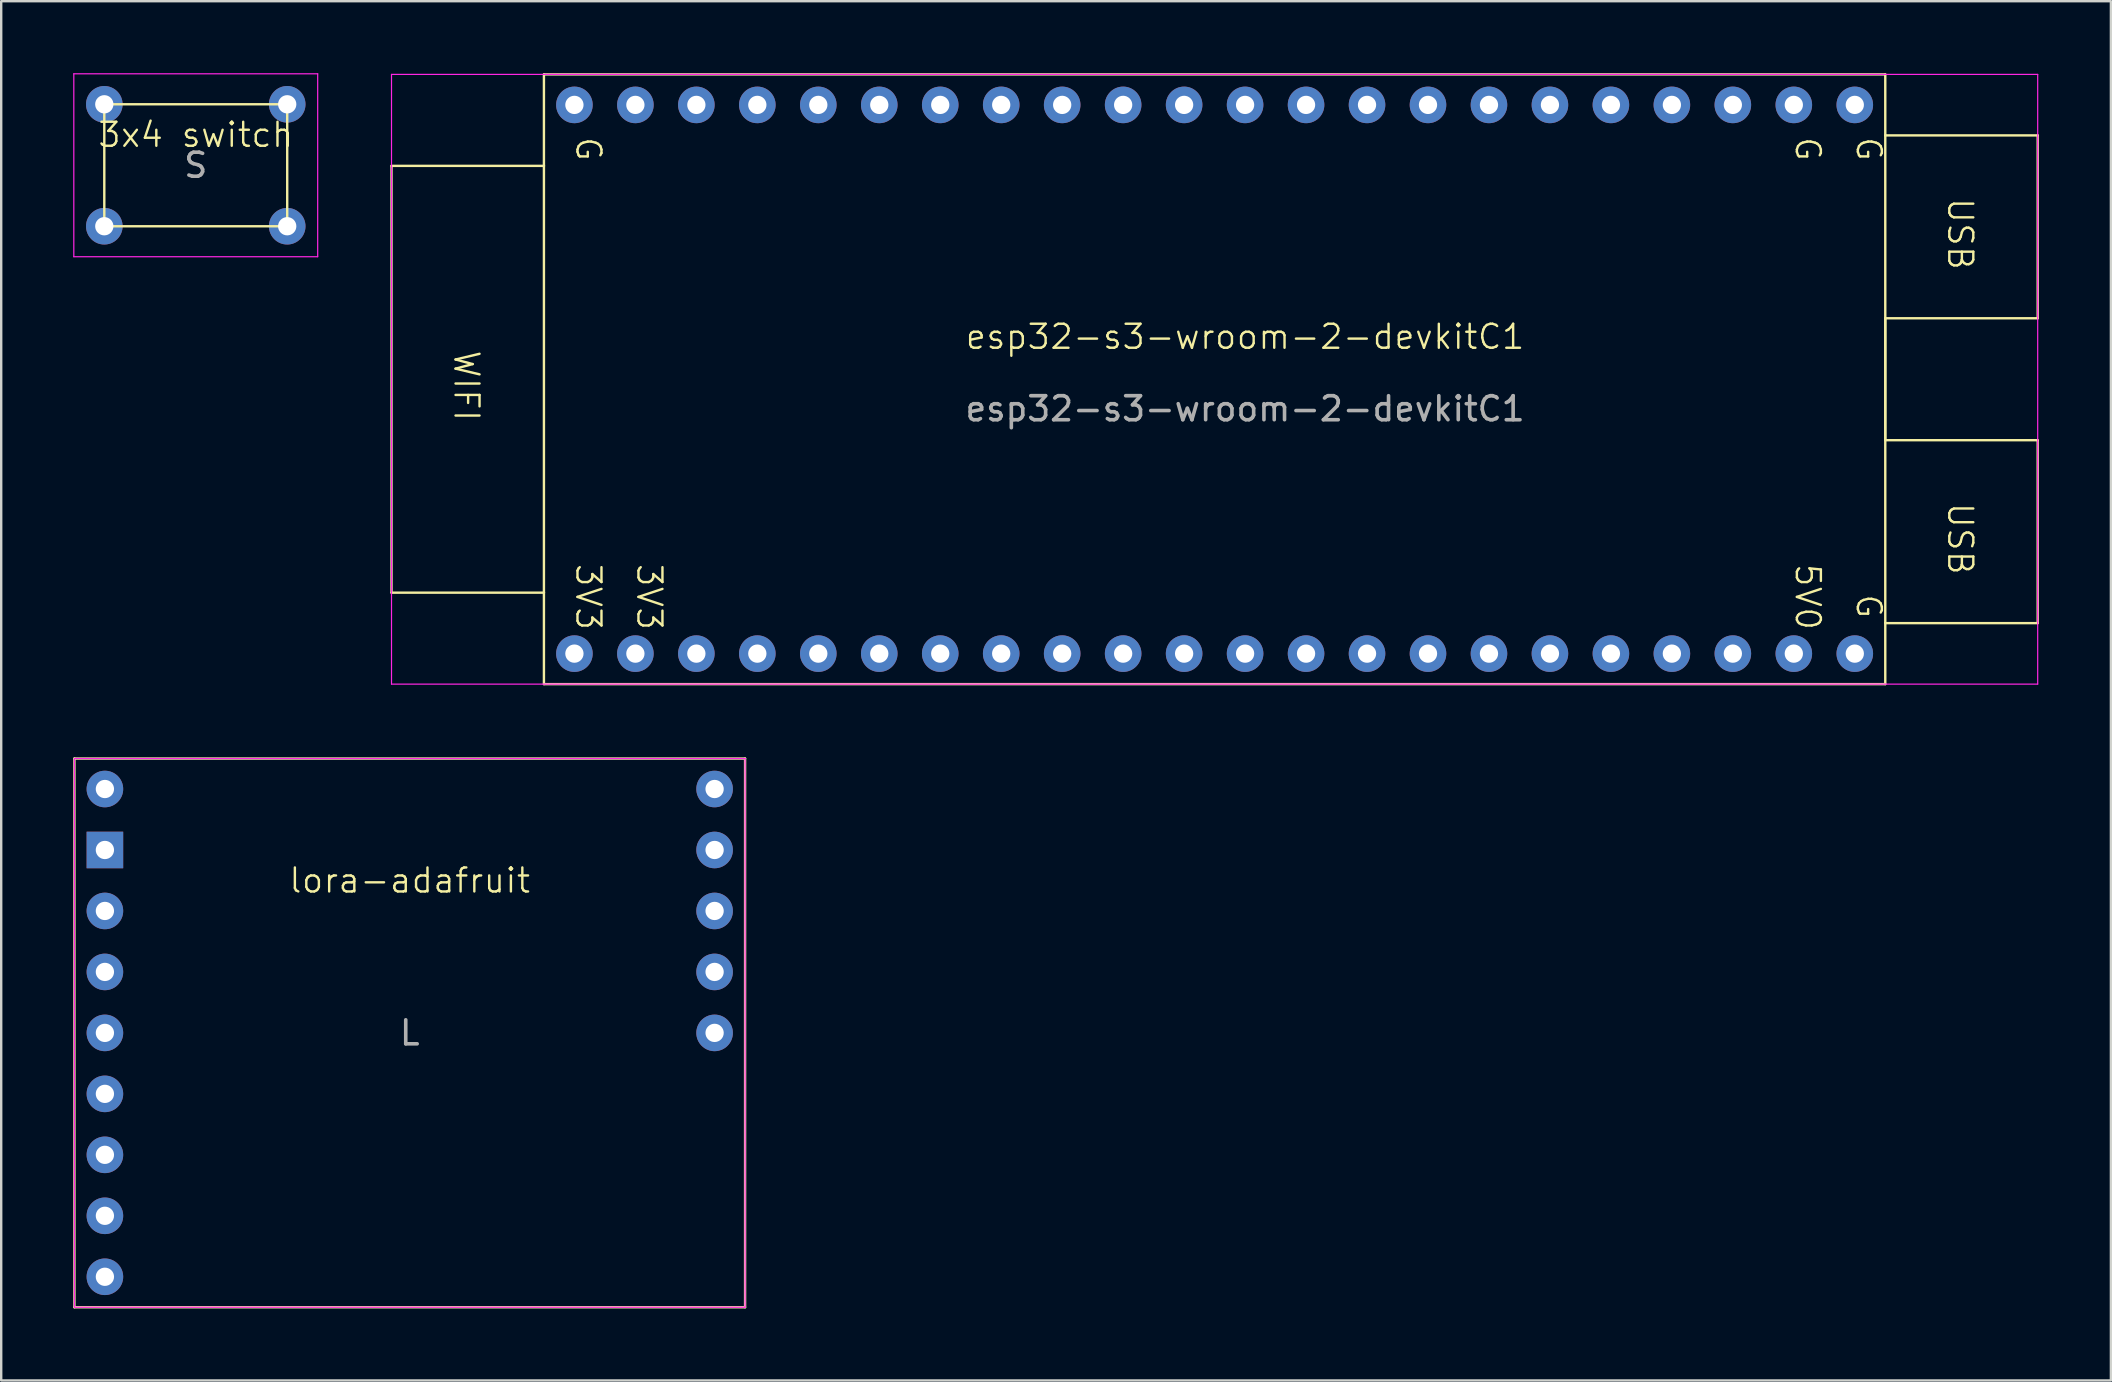
<source format=kicad_pcb>
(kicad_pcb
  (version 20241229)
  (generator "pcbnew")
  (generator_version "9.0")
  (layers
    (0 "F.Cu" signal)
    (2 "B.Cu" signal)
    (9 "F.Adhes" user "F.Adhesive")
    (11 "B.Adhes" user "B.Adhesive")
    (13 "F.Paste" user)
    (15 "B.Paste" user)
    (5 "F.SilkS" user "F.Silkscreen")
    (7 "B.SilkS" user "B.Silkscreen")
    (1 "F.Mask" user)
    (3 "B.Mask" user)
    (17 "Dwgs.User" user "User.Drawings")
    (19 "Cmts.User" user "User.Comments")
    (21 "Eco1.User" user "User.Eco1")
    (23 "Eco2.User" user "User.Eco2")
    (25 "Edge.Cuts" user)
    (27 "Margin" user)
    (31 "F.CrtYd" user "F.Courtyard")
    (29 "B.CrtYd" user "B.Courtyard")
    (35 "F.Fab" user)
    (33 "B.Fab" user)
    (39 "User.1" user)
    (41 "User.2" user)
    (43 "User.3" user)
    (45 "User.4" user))
  (footprint "3x4 switch"
    (layer "F.Cu")
    (at 5.105 3.835)
    (property "Reference" "3x4 switch" (at 0 -1.27 0) (unlocked yes) (layer "F.SilkS") (effects (font (size 1 1) (thickness 0.1))))
    (attr through_hole)
    (fp_line (start -3.81 -2.54) (end 3.81 -2.54) (stroke (width 0.1) (type default)) (layer "F.SilkS"))
    (fp_line (start -3.81 2.54) (end -3.81 -2.54) (stroke (width 0.1) (type default)) (layer "F.SilkS"))
    (fp_line (start 3.81 -2.54) (end 3.81 2.54) (stroke (width 0.1) (type default)) (layer "F.SilkS"))
    (fp_line (start 3.81 2.54) (end -3.81 2.54) (stroke (width 0.1) (type default)) (layer "F.SilkS"))
    (fp_line (start -5.08 -3.81) (end 5.08 -3.81) (stroke (width 0.05) (type default)) (layer "F.CrtYd"))
    (fp_line (start -5.08 3.81) (end -5.08 -3.81) (stroke (width 0.05) (type default)) (layer "F.CrtYd"))
    (fp_line (start 5.08 -3.81) (end 5.08 3.81) (stroke (width 0.05) (type default)) (layer "F.CrtYd"))
    (fp_line (start 5.08 3.81) (end -5.08 3.81) (stroke (width 0.05) (type default)) (layer "F.CrtYd"))
    (fp_text user "S" (at 0 0 0) (unlocked yes) (layer "F.Fab") (effects (font (size 1 1) (thickness 0.15))))
    (pad "1" thru_hole circle (at -3.81 2.54 90) (size 1.524 1.524) (drill 0.762) (layers "*.Cu" "*.Mask"))
    (pad "2" thru_hole circle (at -3.81 -2.54 90) (size 1.524 1.524) (drill 0.762) (layers "*.Cu" "*.Mask"))
    (pad "3" thru_hole circle (at 3.81 2.54 90) (size 1.524 1.524) (drill 0.762) (layers "*.Cu" "*.Mask"))
    (pad "4" thru_hole circle (at 3.81 -2.54 90) (size 1.524 1.524) (drill 0.762) (layers "*.Cu" "*.Mask")))
  (footprint "lora-adafruit"
    (layer "F.Cu")
    (at 14.02 39.98)
    (property "Reference" "lora-adafruit" (at 0 -6.35 0) (unlocked yes) (layer "F.SilkS") (effects (font (size 1 1) (thickness 0.1))))
    (attr through_hole)
    (fp_line (start -13.97 -11.43) (end 13.97 -11.43) (stroke (width 0.1) (type default)) (layer "F.SilkS"))
    (fp_line (start -13.97 11.43) (end -13.97 -11.43) (stroke (width 0.1) (type default)) (layer "F.SilkS"))
    (fp_line (start 13.97 -11.43) (end 13.97 11.43) (stroke (width 0.1) (type default)) (layer "F.SilkS"))
    (fp_line (start 13.97 11.43) (end -13.97 11.43) (stroke (width 0.1) (type default)) (layer "F.SilkS"))
    (fp_line (start -13.97 -11.43) (end 13.97 -11.43) (stroke (width 0.05) (type default)) (layer "F.CrtYd"))
    (fp_line (start -13.97 11.43) (end -13.97 -11.43) (stroke (width 0.05) (type default)) (layer "F.CrtYd"))
    (fp_line (start 13.97 -11.43) (end 13.97 11.43) (stroke (width 0.05) (type default)) (layer "F.CrtYd"))
    (fp_line (start 13.97 11.43) (end -13.97 11.43) (stroke (width 0.05) (type default)) (layer "F.CrtYd"))
    (fp_text user "L" (at 0 0 0) (unlocked yes) (layer "F.Fab") (effects (font (size 1 1) (thickness 0.15))))
    (pad "1" thru_hole circle (at -12.7 10.16 90) (size 1.524 1.524) (drill 0.762) (layers "*.Cu" "*.Mask"))
    (pad "2" thru_hole circle (at -12.7 7.62 90) (size 1.524 1.524) (drill 0.762) (layers "*.Cu" "*.Mask"))
    (pad "3" thru_hole circle (at -12.7 5.08 90) (size 1.524 1.524) (drill 0.762) (layers "*.Cu" "*.Mask"))
    (pad "4" thru_hole circle (at -12.7 2.54 90) (size 1.524 1.524) (drill 0.762) (layers "*.Cu" "*.Mask"))
    (pad "5" thru_hole circle (at -12.7 0 90) (size 1.524 1.524) (drill 0.762) (layers "*.Cu" "*.Mask"))
    (pad "6" thru_hole circle (at -12.7 -2.54 90) (size 1.524 1.524) (drill 0.762) (layers "*.Cu" "*.Mask"))
    (pad "7" thru_hole circle (at -12.7 -5.08 90) (size 1.524 1.524) (drill 0.762) (layers "*.Cu" "*.Mask"))
    (pad "8" thru_hole rect (at -12.7 -7.62 90) (size 1.524 1.524) (drill 0.762) (layers "*.Cu" "*.Mask"))
    (pad "9" thru_hole circle (at -12.7 -10.16 90) (size 1.524 1.524) (drill 0.762) (layers "*.Cu" "*.Mask"))
    (pad "10" thru_hole circle (at 12.7 0 90) (size 1.524 1.524) (drill 0.762) (layers "*.Cu" "*.Mask"))
    (pad "11" thru_hole circle (at 12.7 -2.54 90) (size 1.524 1.524) (drill 0.762) (layers "*.Cu" "*.Mask"))
    (pad "12" thru_hole circle (at 12.7 -5.08 90) (size 1.524 1.524) (drill 0.762) (layers "*.Cu" "*.Mask"))
    (pad "13" thru_hole circle (at 12.7 -7.62 90) (size 1.524 1.524) (drill 0.762) (layers "*.Cu" "*.Mask"))
    (pad "14" thru_hole circle (at 12.7 -10.16 90) (size 1.524 1.524) (drill 0.762) (layers "*.Cu" "*.Mask")))
  (footprint "esp32-s3-wroom-2-devkitC1"
    (layer "F.Cu")
    (at 48.82 11.48)
    (property "Reference" "esp32-s3-wroom-2-devkitC1" (at 0 -0.5 0) (unlocked yes) (layer "F.SilkS") (effects (font (size 1 1) (thickness 0.1))))
    (attr through_hole)
    (fp_line (start -35.56 -7.62) (end -35.56 10.16) (stroke (width 0.1) (type default)) (layer "F.SilkS"))
    (fp_line (start -35.56 10.16) (end -29.21 10.16) (stroke (width 0.1) (type default)) (layer "F.SilkS"))
    (fp_line (start -29.21 -11.43) (end -29.21 -7.62) (stroke (width 0.1) (type default)) (layer "F.SilkS"))
    (fp_line (start -29.21 -7.62) (end -35.56 -7.62) (stroke (width 0.1) (type default)) (layer "F.SilkS"))
    (fp_line (start -29.21 -7.62) (end -29.21 10.16) (stroke (width 0.1) (type default)) (layer "F.SilkS"))
    (fp_line (start -29.21 10.16) (end -29.21 13.97) (stroke (width 0.1) (type default)) (layer "F.SilkS"))
    (fp_line (start -29.21 13.97) (end 26.67 13.97) (stroke (width 0.1) (type default)) (layer "F.SilkS"))
    (fp_line (start 26.67 -11.43) (end -29.21 -11.43) (stroke (width 0.1) (type default)) (layer "F.SilkS"))
    (fp_line (start 26.67 -8.89) (end 26.67 -11.43) (stroke (width 0.1) (type default)) (layer "F.SilkS"))
    (fp_line (start 26.67 -8.89) (end 26.67 11.43) (stroke (width 0.1) (type default)) (layer "F.SilkS"))
    (fp_line (start 26.67 -1.27) (end 33.02 -1.27) (stroke (width 0.1) (type default)) (layer "F.SilkS"))
    (fp_line (start 26.67 3.81) (end 26.67 -1.27) (stroke (width 0.1) (type default)) (layer "F.SilkS"))
    (fp_line (start 26.67 11.43) (end 33.02 11.43) (stroke (width 0.1) (type default)) (layer "F.SilkS"))
    (fp_line (start 26.67 13.97) (end 26.67 11.43) (stroke (width 0.1) (type default)) (layer "F.SilkS"))
    (fp_line (start 33.02 -8.89) (end 26.67 -8.89) (stroke (width 0.1) (type default)) (layer "F.SilkS"))
    (fp_line (start 33.02 -1.27) (end 33.02 -8.89) (stroke (width 0.1) (type default)) (layer "F.SilkS"))
    (fp_line (start 33.02 3.81) (end 26.67 3.81) (stroke (width 0.1) (type default)) (layer "F.SilkS"))
    (fp_line (start 33.02 11.43) (end 33.02 3.81) (stroke (width 0.1) (type default)) (layer "F.SilkS"))
    (fp_line (start -35.56 -11.43) (end -35.56 13.97) (stroke (width 0.05) (type default)) (layer "F.CrtYd"))
    (fp_line (start -35.56 13.97) (end 33.02 13.97) (stroke (width 0.05) (type default)) (layer "F.CrtYd"))
    (fp_line (start 33.02 -11.43) (end -35.56 -11.43) (stroke (width 0.05) (type default)) (layer "F.CrtYd"))
    (fp_line (start 33.02 13.97) (end 33.02 -11.43) (stroke (width 0.05) (type default)) (layer "F.CrtYd"))
    (fp_text user "USB" (at 29.21 6.35 270) (unlocked yes) (layer "F.SilkS") (effects (font (size 1 1) (thickness 0.1)) (justify left bottom)))
    (fp_text user "G" (at 25.4 -8.89 270) (unlocked yes) (layer "F.SilkS") (effects (font (size 1 1) (thickness 0.1)) (justify left bottom)))
    (fp_text user "3V3" (at -25.4 8.89 270) (unlocked yes) (layer "F.SilkS") (effects (font (size 1 1) (thickness 0.1)) (justify left bottom)))
    (fp_text user "G" (at -27.94 -8.89 270) (unlocked yes) (layer "F.SilkS") (effects (font (size 1 1) (thickness 0.1)) (justify left bottom)))
    (fp_text user "USB" (at 29.21 -6.35 270) (unlocked yes) (layer "F.SilkS") (effects (font (size 1 1) (thickness 0.1)) (justify left bottom)))
    (fp_text user "WIFI" (at -33.02 0 270) (unlocked yes) (layer "F.SilkS") (effects (font (size 1 1) (thickness 0.1)) (justify left bottom)))
    (fp_text user "5V0" (at 22.86 8.89 270) (unlocked yes) (layer "F.SilkS") (effects (font (size 1 1) (thickness 0.1)) (justify left bottom)))
    (fp_text user "G" (at 22.86 -8.89 270) (unlocked yes) (layer "F.SilkS") (effects (font (size 1 1) (thickness 0.1)) (justify left bottom)))
    (fp_text user "3V3" (at -27.94 8.89 270) (unlocked yes) (layer "F.SilkS") (effects (font (size 1 1) (thickness 0.1)) (justify left bottom)))
    (fp_text user "G" (at 25.4 10.16 270) (unlocked yes) (layer "F.SilkS") (effects (font (size 1 1) (thickness 0.1)) (justify left bottom)))
    (fp_text user "${REFERENCE}" (at 0 2.5 0) (unlocked yes) (layer "F.Fab") (effects (font (size 1 1) (thickness 0.15))))
    (pad "1" thru_hole circle (at -27.94 -10.16) (size 1.524 1.524) (drill 0.762) (layers "*.Cu" "*.Mask"))
    (pad "2" thru_hole circle (at -25.4 -10.16) (size 1.524 1.524) (drill 0.762) (layers "*.Cu" "*.Mask"))
    (pad "3" thru_hole circle (at -22.86 -10.16) (size 1.524 1.524) (drill 0.762) (layers "*.Cu" "*.Mask"))
    (pad "4" thru_hole circle (at -20.32 -10.16) (size 1.524 1.524) (drill 0.762) (layers "*.Cu" "*.Mask"))
    (pad "5" thru_hole circle (at -17.78 -10.16) (size 1.524 1.524) (drill 0.762) (layers "*.Cu" "*.Mask"))
    (pad "6" thru_hole circle (at -15.24 -10.16) (size 1.524 1.524) (drill 0.762) (layers "*.Cu" "*.Mask"))
    (pad "7" thru_hole circle (at -12.7 -10.16) (size 1.524 1.524) (drill 0.762) (layers "*.Cu" "*.Mask"))
    (pad "8" thru_hole circle (at -10.16 -10.16) (size 1.524 1.524) (drill 0.762) (layers "*.Cu" "*.Mask"))
    (pad "9" thru_hole circle (at -7.62 -10.16) (size 1.524 1.524) (drill 0.762) (layers "*.Cu" "*.Mask"))
    (pad "10" thru_hole circle (at -5.08 -10.16) (size 1.524 1.524) (drill 0.762) (layers "*.Cu" "*.Mask"))
    (pad "11" thru_hole circle (at -2.54 -10.16) (size 1.524 1.524) (drill 0.762) (layers "*.Cu" "*.Mask"))
    (pad "12" thru_hole circle (at 0 -10.16) (size 1.524 1.524) (drill 0.762) (layers "*.Cu" "*.Mask"))
    (pad "13" thru_hole circle (at 2.54 -10.16) (size 1.524 1.524) (drill 0.762) (layers "*.Cu" "*.Mask"))
    (pad "14" thru_hole circle (at 5.08 -10.16) (size 1.524 1.524) (drill 0.762) (layers "*.Cu" "*.Mask"))
    (pad "15" thru_hole circle (at 7.62 -10.16) (size 1.524 1.524) (drill 0.762) (layers "*.Cu" "*.Mask"))
    (pad "16" thru_hole circle (at 10.16 -10.16) (size 1.524 1.524) (drill 0.762) (layers "*.Cu" "*.Mask"))
    (pad "17" thru_hole circle (at 12.7 -10.16) (size 1.524 1.524) (drill 0.762) (layers "*.Cu" "*.Mask"))
    (pad "18" thru_hole circle (at 15.24 -10.16) (size 1.524 1.524) (drill 0.762) (layers "*.Cu" "*.Mask"))
    (pad "19" thru_hole circle (at 17.78 -10.16) (size 1.524 1.524) (drill 0.762) (layers "*.Cu" "*.Mask"))
    (pad "20" thru_hole circle (at 20.32 -10.16) (size 1.524 1.524) (drill 0.762) (layers "*.Cu" "*.Mask"))
    (pad "21" thru_hole circle (at 22.86 -10.16) (size 1.524 1.524) (drill 0.762) (layers "*.Cu" "*.Mask"))
    (pad "22" thru_hole circle (at 25.4 -10.16) (size 1.524 1.524) (drill 0.762) (layers "*.Cu" "*.Mask"))
    (pad "23" thru_hole circle (at -27.94 12.7) (size 1.524 1.524) (drill 0.762) (layers "*.Cu" "*.Mask"))
    (pad "24" thru_hole circle (at -25.4 12.7) (size 1.524 1.524) (drill 0.762) (layers "*.Cu" "*.Mask"))
    (pad "25" thru_hole circle (at -22.86 12.7) (size 1.524 1.524) (drill 0.762) (layers "*.Cu" "*.Mask"))
    (pad "26" thru_hole circle (at -20.32 12.7) (size 1.524 1.524) (drill 0.762) (layers "*.Cu" "*.Mask"))
    (pad "27" thru_hole circle (at -17.78 12.7) (size 1.524 1.524) (drill 0.762) (layers "*.Cu" "*.Mask"))
    (pad "28" thru_hole circle (at -15.24 12.7) (size 1.524 1.524) (drill 0.762) (layers "*.Cu" "*.Mask"))
    (pad "29" thru_hole circle (at -12.7 12.7) (size 1.524 1.524) (drill 0.762) (layers "*.Cu" "*.Mask"))
    (pad "30" thru_hole circle (at -10.16 12.7) (size 1.524 1.524) (drill 0.762) (layers "*.Cu" "*.Mask"))
    (pad "31" thru_hole circle (at -7.62 12.7) (size 1.524 1.524) (drill 0.762) (layers "*.Cu" "*.Mask"))
    (pad "32" thru_hole circle (at -5.08 12.7) (size 1.524 1.524) (drill 0.762) (layers "*.Cu" "*.Mask"))
    (pad "33" thru_hole circle (at -2.54 12.7) (size 1.524 1.524) (drill 0.762) (layers "*.Cu" "*.Mask"))
    (pad "34" thru_hole circle (at 0 12.7) (size 1.524 1.524) (drill 0.762) (layers "*.Cu" "*.Mask"))
    (pad "35" thru_hole circle (at 2.54 12.7) (size 1.524 1.524) (drill 0.762) (layers "*.Cu" "*.Mask"))
    (pad "36" thru_hole circle (at 5.08 12.7) (size 1.524 1.524) (drill 0.762) (layers "*.Cu" "*.Mask"))
    (pad "37" thru_hole circle (at 7.62 12.7) (size 1.524 1.524) (drill 0.762) (layers "*.Cu" "*.Mask"))
    (pad "38" thru_hole circle (at 10.16 12.7) (size 1.524 1.524) (drill 0.762) (layers "*.Cu" "*.Mask"))
    (pad "39" thru_hole circle (at 12.7 12.7) (size 1.524 1.524) (drill 0.762) (layers "*.Cu" "*.Mask"))
    (pad "40" thru_hole circle (at 15.24 12.7) (size 1.524 1.524) (drill 0.762) (layers "*.Cu" "*.Mask"))
    (pad "41" thru_hole circle (at 17.78 12.7) (size 1.524 1.524) (drill 0.762) (layers "*.Cu" "*.Mask"))
    (pad "42" thru_hole circle (at 20.32 12.7) (size 1.524 1.524) (drill 0.762) (layers "*.Cu" "*.Mask"))
    (pad "43" thru_hole circle (at 22.86 12.7) (size 1.524 1.524) (drill 0.762) (layers "*.Cu" "*.Mask"))
    (pad "44" thru_hole circle (at 25.4 12.7) (size 1.524 1.524) (drill 0.762) (layers "*.Cu" "*.Mask")))
  (gr_rect
    (start -3 -3)
    (end 84.89 54.46)
    (stroke (width 0.1) (type default))
    (fill no)
    (layer "Edge.Cuts")))
</source>
